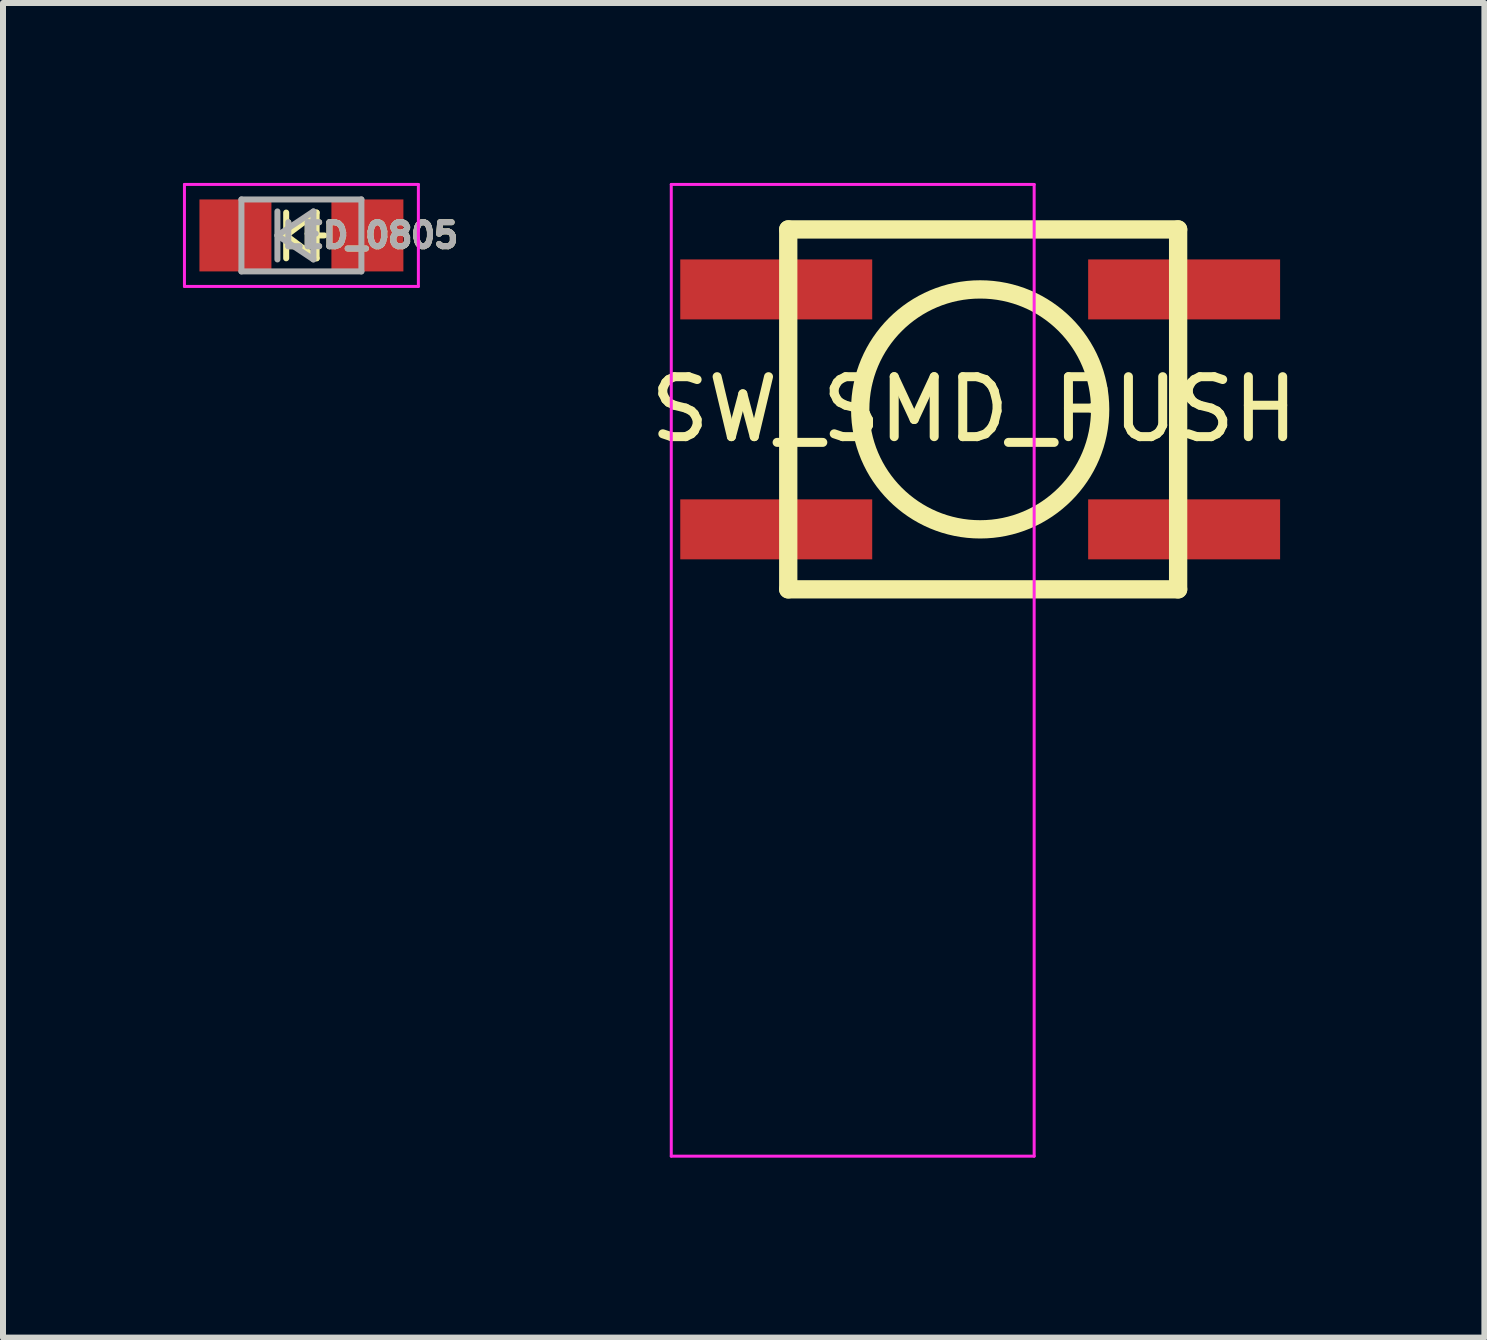
<source format=kicad_pcb>
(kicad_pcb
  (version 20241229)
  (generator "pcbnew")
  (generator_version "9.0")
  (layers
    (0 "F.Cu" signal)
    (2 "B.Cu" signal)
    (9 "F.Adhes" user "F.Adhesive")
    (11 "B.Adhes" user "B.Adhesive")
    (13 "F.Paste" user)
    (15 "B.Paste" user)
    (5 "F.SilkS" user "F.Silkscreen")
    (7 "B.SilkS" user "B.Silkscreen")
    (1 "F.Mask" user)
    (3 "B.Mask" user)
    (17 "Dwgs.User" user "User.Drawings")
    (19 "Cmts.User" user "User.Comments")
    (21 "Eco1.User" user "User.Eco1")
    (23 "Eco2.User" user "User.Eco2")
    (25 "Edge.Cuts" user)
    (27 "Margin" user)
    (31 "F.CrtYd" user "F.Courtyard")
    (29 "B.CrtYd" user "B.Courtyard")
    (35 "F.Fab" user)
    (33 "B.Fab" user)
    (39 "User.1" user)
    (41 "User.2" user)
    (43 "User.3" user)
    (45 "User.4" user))
  (footprint "SW_SMD_PUSH"
    (layer "F.Cu")
    (at 9.891 1.775)
    (property "Reference" "SW_SMD_PUSH" (at 3.3 2 0) (layer "F.SilkS") (effects (font (size 1 1) (thickness 0.15))))
    (attr through_hole)
    (fp_line (start 0.2 -1) (end 0.2 5) (stroke (width 0.305) (type solid)) (layer "F.SilkS"))
    (fp_line (start 0.2 -1) (end 6.7 -1) (stroke (width 0.305) (type solid)) (layer "F.SilkS"))
    (fp_line (start 0.2 5) (end 6.7 5) (stroke (width 0.305) (type solid)) (layer "F.SilkS"))
    (fp_line (start 6.7 5) (end 6.7 -1) (stroke (width 0.305) (type solid)) (layer "F.SilkS"))
    (fp_circle (center 3.4 2) (end 3.4 0) (stroke (width 0.305) (type solid)) (fill no) (layer "F.SilkS"))
    (fp_line (start -1.75 -1.75) (end -1.75 14.45) (stroke (width 0.05) (type solid)) (layer "F.CrtYd"))
    (fp_line (start -1.75 -1.75) (end 4.3 -1.75) (stroke (width 0.05) (type solid)) (layer "F.CrtYd"))
    (fp_line (start -1.75 14.45) (end 4.3 14.45) (stroke (width 0.05) (type solid)) (layer "F.CrtYd"))
    (fp_line (start 4.3 -1.75) (end 4.3 14.45) (stroke (width 0.05) (type solid)) (layer "F.CrtYd"))
    (pad "1" smd rect (at 0 0) (size 3.2 1) (layers "F.Cu" "F.Mask" "F.Paste"))
    (pad "1" smd rect (at 6.8 0) (size 3.2 1) (layers "F.Cu" "F.Mask" "F.Paste"))
    (pad "2" smd rect (at 0 4) (size 3.2 1) (layers "F.Cu" "F.Mask" "F.Paste"))
    (pad "2" smd rect (at 6.8 4) (size 3.2 1) (layers "F.Cu" "F.Mask" "F.Paste")))
  (footprint "LED_0805"
    (layer "F.Cu")
    (at 1.975 0.875)
    (property "Reference" "LED_0805" (at 1.143 0 0) (layer "F.SilkS") (effects (font (size 0.4 0.4) (thickness 0.1))))
    (attr smd)
    (fp_line (start -0.254 -0.381) (end -0.254 0.381) (stroke (width 0.1) (type solid)) (layer "F.SilkS"))
    (fp_line (start -0.254 0) (end -0.381 0) (stroke (width 0.1) (type solid)) (layer "F.SilkS"))
    (fp_line (start -0.254 0) (end 0.254 0.381) (stroke (width 0.1) (type solid)) (layer "F.SilkS"))
    (fp_line (start 0.254 -0.381) (end -0.254 0) (stroke (width 0.1) (type solid)) (layer "F.SilkS"))
    (fp_line (start 0.254 -0.381) (end 0.254 0.381) (stroke (width 0.1) (type solid)) (layer "F.SilkS"))
    (fp_line (start 0.254 0) (end 0.381 0) (stroke (width 0.1) (type solid)) (layer "F.SilkS"))
    (fp_line (start -1.95 -0.85) (end 1.95 -0.85) (stroke (width 0.05) (type solid)) (layer "F.CrtYd"))
    (fp_line (start -1.95 0.85) (end -1.95 -0.85) (stroke (width 0.05) (type solid)) (layer "F.CrtYd"))
    (fp_line (start 1.95 -0.85) (end 1.95 0.85) (stroke (width 0.05) (type solid)) (layer "F.CrtYd"))
    (fp_line (start 1.95 0.85) (end -1.95 0.85) (stroke (width 0.05) (type solid)) (layer "F.CrtYd"))
    (fp_line (start -1 -0.6) (end 1 -0.6) (stroke (width 0.1) (type solid)) (layer "F.Fab"))
    (fp_line (start -1 0.6) (end -1 -0.6) (stroke (width 0.1) (type solid)) (layer "F.Fab"))
    (fp_line (start -0.4 -0.4) (end -0.4 0.4) (stroke (width 0.1) (type solid)) (layer "F.Fab"))
    (fp_line (start -0.4 0) (end 0.2 -0.4) (stroke (width 0.1) (type solid)) (layer "F.Fab"))
    (fp_line (start 0.2 -0.4) (end 0.2 0.4) (stroke (width 0.1) (type solid)) (layer "F.Fab"))
    (fp_line (start 0.2 0.4) (end -0.4 0) (stroke (width 0.1) (type solid)) (layer "F.Fab"))
    (fp_line (start 1 -0.6) (end 1 0.6) (stroke (width 0.1) (type solid)) (layer "F.Fab"))
    (fp_line (start 1 0.6) (end -1 0.6) (stroke (width 0.1) (type solid)) (layer "F.Fab"))
    (fp_text user "${REFERENCE}" (at 1.143 0 0) (layer "F.Fab") (effects (font (size 0.4 0.4) (thickness 0.1))))
    (pad "1" smd rect (at -1.1 0 180) (size 1.2 1.2) (layers "F.Cu" "F.Mask" "F.Paste"))
    (pad "2" smd rect (at 1.1 0 180) (size 1.2 1.2) (layers "F.Cu" "F.Mask" "F.Paste")))
  (gr_rect
    (start -3 -3)
    (end 21.697 19.25)
    (stroke (width 0.1) (type default))
    (fill no)
    (layer "Edge.Cuts")))
</source>
